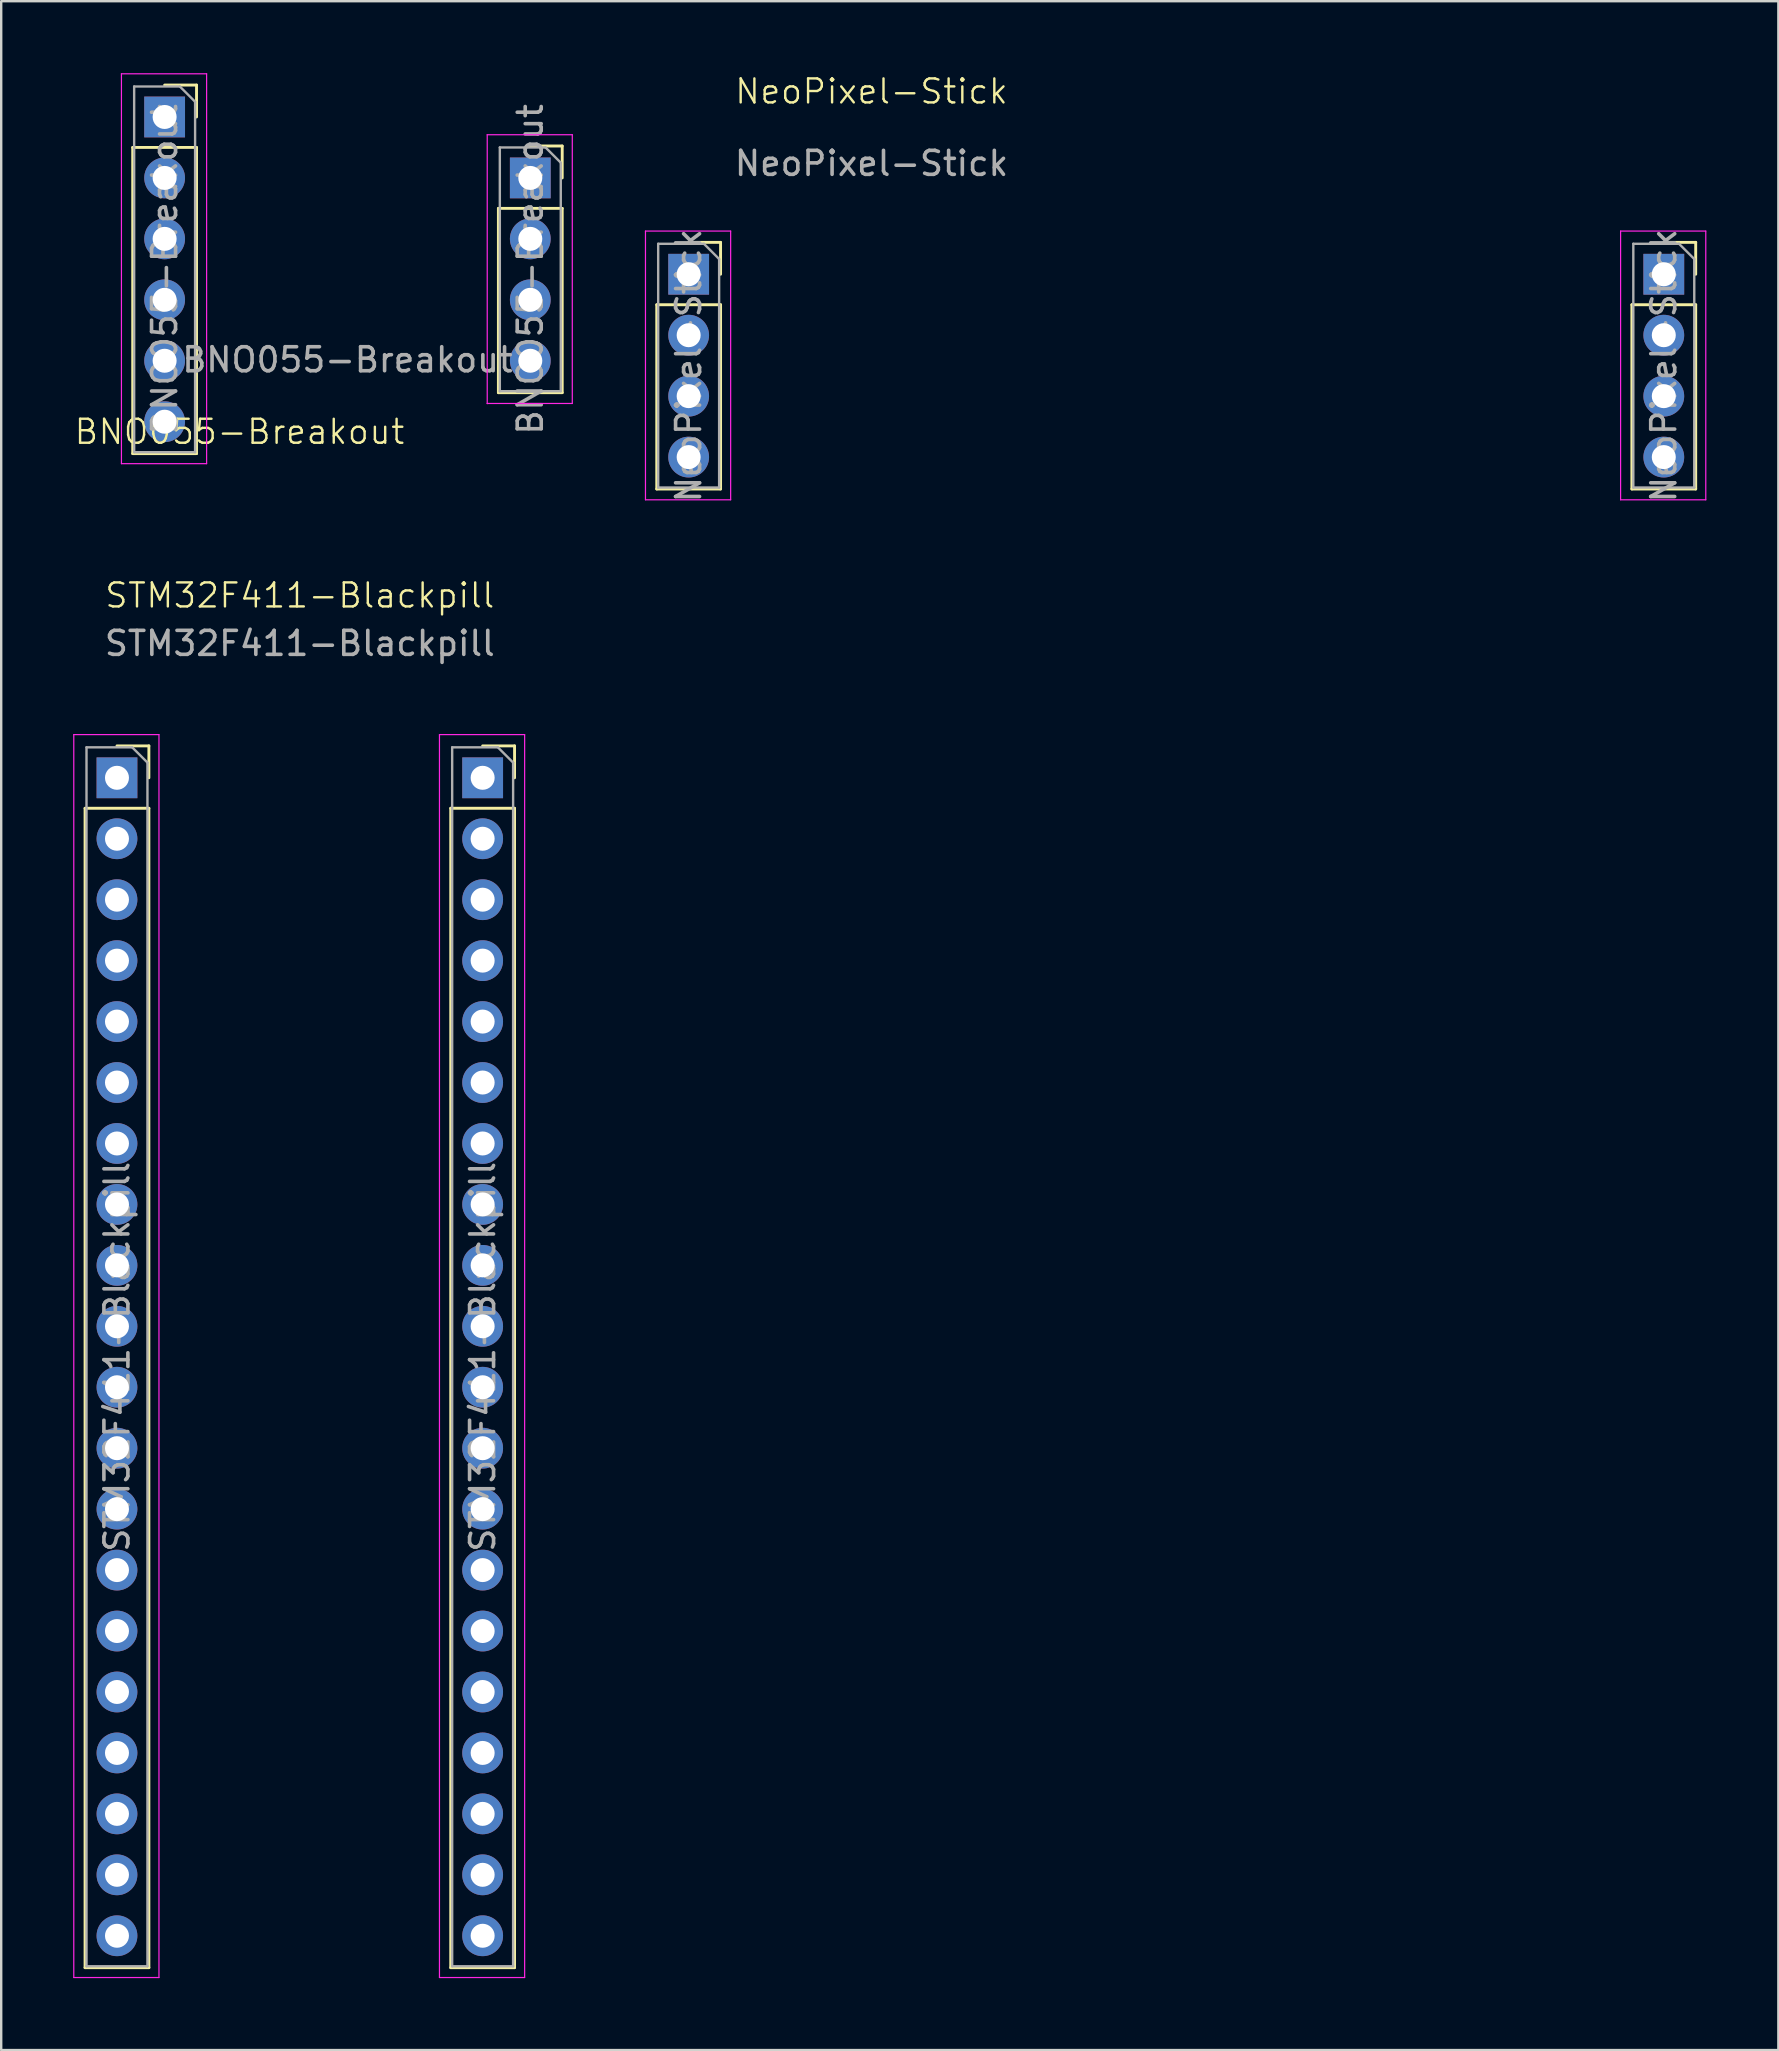
<source format=kicad_pcb>
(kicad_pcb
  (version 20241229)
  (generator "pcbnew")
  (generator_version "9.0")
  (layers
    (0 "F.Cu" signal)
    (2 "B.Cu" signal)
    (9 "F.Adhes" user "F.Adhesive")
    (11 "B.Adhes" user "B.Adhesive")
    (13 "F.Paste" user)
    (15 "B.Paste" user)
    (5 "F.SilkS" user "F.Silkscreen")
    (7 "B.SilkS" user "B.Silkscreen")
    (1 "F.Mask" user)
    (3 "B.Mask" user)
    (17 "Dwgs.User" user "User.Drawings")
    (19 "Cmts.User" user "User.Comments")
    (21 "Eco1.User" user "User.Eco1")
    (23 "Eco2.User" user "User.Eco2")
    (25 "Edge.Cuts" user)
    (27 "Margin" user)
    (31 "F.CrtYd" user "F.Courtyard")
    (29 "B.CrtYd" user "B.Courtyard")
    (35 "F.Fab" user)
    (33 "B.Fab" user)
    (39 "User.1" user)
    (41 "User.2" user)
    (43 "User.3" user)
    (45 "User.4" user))
  (footprint "STM32F411-Blackpill"
    (layer "F.Cu")
    (at 9.445 54.766)
    (property "Reference" "STM32F411-Blackpill" (at 0 -33 0) (unlocked yes) (layer "F.SilkS") (effects (font (size 1 1) (thickness 0.1))))
    (attr smd)
    (fp_line (start -8.95 -24.13) (end -8.95 24.19) (stroke (width 0.12) (type solid)) (layer "F.SilkS"))
    (fp_line (start -8.95 -24.13) (end -6.29 -24.13) (stroke (width 0.12) (type solid)) (layer "F.SilkS"))
    (fp_line (start -8.95 24.19) (end -6.29 24.19) (stroke (width 0.12) (type solid)) (layer "F.SilkS"))
    (fp_line (start -7.62 -26.73) (end -6.29 -26.73) (stroke (width 0.12) (type solid)) (layer "F.SilkS"))
    (fp_line (start -6.29 -26.73) (end -6.29 -25.4) (stroke (width 0.12) (type solid)) (layer "F.SilkS"))
    (fp_line (start -6.29 -24.13) (end -6.29 24.19) (stroke (width 0.12) (type solid)) (layer "F.SilkS"))
    (fp_line (start 6.29 -24.13) (end 6.29 24.19) (stroke (width 0.12) (type solid)) (layer "F.SilkS"))
    (fp_line (start 6.29 -24.13) (end 8.95 -24.13) (stroke (width 0.12) (type solid)) (layer "F.SilkS"))
    (fp_line (start 6.29 24.19) (end 8.95 24.19) (stroke (width 0.12) (type solid)) (layer "F.SilkS"))
    (fp_line (start 7.62 -26.73) (end 8.95 -26.73) (stroke (width 0.12) (type solid)) (layer "F.SilkS"))
    (fp_line (start 8.95 -26.73) (end 8.95 -25.4) (stroke (width 0.12) (type solid)) (layer "F.SilkS"))
    (fp_line (start 8.95 -24.13) (end 8.95 24.19) (stroke (width 0.12) (type solid)) (layer "F.SilkS"))
    (fp_line (start -9.42 -27.2) (end -5.87 -27.2) (stroke (width 0.05) (type solid)) (layer "F.CrtYd"))
    (fp_line (start -9.42 24.6) (end -9.42 -27.2) (stroke (width 0.05) (type solid)) (layer "F.CrtYd"))
    (fp_line (start -5.87 -27.2) (end -5.87 24.6) (stroke (width 0.05) (type solid)) (layer "F.CrtYd"))
    (fp_line (start -5.87 24.6) (end -9.42 24.6) (stroke (width 0.05) (type solid)) (layer "F.CrtYd"))
    (fp_line (start 5.82 -27.2) (end 9.37 -27.2) (stroke (width 0.05) (type solid)) (layer "F.CrtYd"))
    (fp_line (start 5.82 24.6) (end 5.82 -27.2) (stroke (width 0.05) (type solid)) (layer "F.CrtYd"))
    (fp_line (start 9.37 -27.2) (end 9.37 24.6) (stroke (width 0.05) (type solid)) (layer "F.CrtYd"))
    (fp_line (start 9.37 24.6) (end 5.82 24.6) (stroke (width 0.05) (type solid)) (layer "F.CrtYd"))
    (fp_line (start -8.89 -26.67) (end -6.985 -26.67) (stroke (width 0.1) (type solid)) (layer "F.Fab"))
    (fp_line (start -8.89 24.13) (end -8.89 -26.67) (stroke (width 0.1) (type solid)) (layer "F.Fab"))
    (fp_line (start -6.985 -26.67) (end -6.35 -26.035) (stroke (width 0.1) (type solid)) (layer "F.Fab"))
    (fp_line (start -6.35 -26.035) (end -6.35 24.13) (stroke (width 0.1) (type solid)) (layer "F.Fab"))
    (fp_line (start -6.35 24.13) (end -8.89 24.13) (stroke (width 0.1) (type solid)) (layer "F.Fab"))
    (fp_line (start 6.35 -26.67) (end 8.255 -26.67) (stroke (width 0.1) (type solid)) (layer "F.Fab"))
    (fp_line (start 6.35 24.13) (end 6.35 -26.67) (stroke (width 0.1) (type solid)) (layer "F.Fab"))
    (fp_line (start 8.255 -26.67) (end 8.89 -26.035) (stroke (width 0.1) (type solid)) (layer "F.Fab"))
    (fp_line (start 8.89 -26.035) (end 8.89 24.13) (stroke (width 0.1) (type solid)) (layer "F.Fab"))
    (fp_line (start 8.89 24.13) (end 6.35 24.13) (stroke (width 0.1) (type solid)) (layer "F.Fab"))
    (fp_text user "${REFERENCE}" (at -7.62 -1.27 90) (layer "F.Fab") (effects (font (size 1 1) (thickness 0.15))))
    (fp_text user "${REFERENCE}" (at 7.62 -1.27 90) (layer "F.Fab") (effects (font (size 1 1) (thickness 0.15))))
    (fp_text user "${REFERENCE}" (at 0 -31 0) (unlocked yes) (layer "F.Fab") (effects (font (size 1 1) (thickness 0.15))))
    (pad "1" thru_hole rect (at -7.62 -25.4) (size 1.7 1.7) (drill 1) (layers "*.Cu" "*.Mask"))
    (pad "2" thru_hole circle (at -7.62 -22.86) (size 1.7 1.7) (drill 1) (layers "*.Cu" "*.Mask"))
    (pad "3" thru_hole circle (at -7.62 -20.32) (size 1.7 1.7) (drill 1) (layers "*.Cu" "*.Mask"))
    (pad "4" thru_hole circle (at -7.62 -17.78) (size 1.7 1.7) (drill 1) (layers "*.Cu" "*.Mask"))
    (pad "5" thru_hole circle (at -7.62 -15.24) (size 1.7 1.7) (drill 1) (layers "*.Cu" "*.Mask"))
    (pad "6" thru_hole circle (at -7.62 -12.7) (size 1.7 1.7) (drill 1) (layers "*.Cu" "*.Mask"))
    (pad "7" thru_hole circle (at -7.62 -10.16) (size 1.7 1.7) (drill 1) (layers "*.Cu" "*.Mask"))
    (pad "8" thru_hole circle (at -7.62 -7.62) (size 1.7 1.7) (drill 1) (layers "*.Cu" "*.Mask"))
    (pad "9" thru_hole circle (at -7.62 -5.08) (size 1.7 1.7) (drill 1) (layers "*.Cu" "*.Mask"))
    (pad "10" thru_hole circle (at -7.62 -2.54) (size 1.7 1.7) (drill 1) (layers "*.Cu" "*.Mask"))
    (pad "11" thru_hole circle (at -7.62 0) (size 1.7 1.7) (drill 1) (layers "*.Cu" "*.Mask"))
    (pad "12" thru_hole circle (at -7.62 2.54) (size 1.7 1.7) (drill 1) (layers "*.Cu" "*.Mask"))
    (pad "13" thru_hole circle (at -7.62 5.08) (size 1.7 1.7) (drill 1) (layers "*.Cu" "*.Mask"))
    (pad "14" thru_hole circle (at -7.62 7.62) (size 1.7 1.7) (drill 1) (layers "*.Cu" "*.Mask"))
    (pad "15" thru_hole circle (at -7.62 10.16) (size 1.7 1.7) (drill 1) (layers "*.Cu" "*.Mask"))
    (pad "16" thru_hole circle (at -7.62 12.7) (size 1.7 1.7) (drill 1) (layers "*.Cu" "*.Mask"))
    (pad "17" thru_hole circle (at -7.62 15.24) (size 1.7 1.7) (drill 1) (layers "*.Cu" "*.Mask"))
    (pad "18" thru_hole circle (at -7.62 17.78) (size 1.7 1.7) (drill 1) (layers "*.Cu" "*.Mask"))
    (pad "19" thru_hole circle (at -7.62 20.32) (size 1.7 1.7) (drill 1) (layers "*.Cu" "*.Mask"))
    (pad "20" thru_hole circle (at -7.62 22.86) (size 1.7 1.7) (drill 1) (layers "*.Cu" "*.Mask"))
    (pad "21" thru_hole circle (at 7.62 22.86) (size 1.7 1.7) (drill 1) (layers "*.Cu" "*.Mask"))
    (pad "22" thru_hole circle (at 7.62 20.32) (size 1.7 1.7) (drill 1) (layers "*.Cu" "*.Mask"))
    (pad "23" thru_hole circle (at 7.62 17.78) (size 1.7 1.7) (drill 1) (layers "*.Cu" "*.Mask"))
    (pad "24" thru_hole circle (at 7.62 15.24) (size 1.7 1.7) (drill 1) (layers "*.Cu" "*.Mask"))
    (pad "25" thru_hole circle (at 7.62 12.7) (size 1.7 1.7) (drill 1) (layers "*.Cu" "*.Mask"))
    (pad "26" thru_hole circle (at 7.62 10.16) (size 1.7 1.7) (drill 1) (layers "*.Cu" "*.Mask"))
    (pad "27" thru_hole circle (at 7.62 7.62) (size 1.7 1.7) (drill 1) (layers "*.Cu" "*.Mask"))
    (pad "28" thru_hole circle (at 7.62 5.08) (size 1.7 1.7) (drill 1) (layers "*.Cu" "*.Mask"))
    (pad "29" thru_hole circle (at 7.62 2.54) (size 1.7 1.7) (drill 1) (layers "*.Cu" "*.Mask"))
    (pad "30" thru_hole circle (at 7.62 0) (size 1.7 1.7) (drill 1) (layers "*.Cu" "*.Mask"))
    (pad "31" thru_hole circle (at 7.62 -2.54) (size 1.7 1.7) (drill 1) (layers "*.Cu" "*.Mask"))
    (pad "32" thru_hole circle (at 7.62 -5.08) (size 1.7 1.7) (drill 1) (layers "*.Cu" "*.Mask"))
    (pad "33" thru_hole circle (at 7.62 -7.62) (size 1.7 1.7) (drill 1) (layers "*.Cu" "*.Mask"))
    (pad "34" thru_hole circle (at 7.62 -10.16) (size 1.7 1.7) (drill 1) (layers "*.Cu" "*.Mask"))
    (pad "35" thru_hole circle (at 7.62 -12.7) (size 1.7 1.7) (drill 1) (layers "*.Cu" "*.Mask"))
    (pad "36" thru_hole circle (at 7.62 -15.24) (size 1.7 1.7) (drill 1) (layers "*.Cu" "*.Mask"))
    (pad "37" thru_hole circle (at 7.62 -17.78) (size 1.7 1.7) (drill 1) (layers "*.Cu" "*.Mask"))
    (pad "38" thru_hole circle (at 7.62 -20.32) (size 1.7 1.7) (drill 1) (layers "*.Cu" "*.Mask"))
    (pad "39" thru_hole circle (at 7.62 -22.86) (size 1.7 1.7) (drill 1) (layers "*.Cu" "*.Mask"))
    (pad "40" thru_hole rect (at 7.62 -25.4) (size 1.7 1.7) (drill 1) (layers "*.Cu" "*.Mask")))
  (footprint "NeoPixel-Stick"
    (layer "F.Cu")
    (at 51.051 8.38)
    (property "Reference" "NeoPixel-Stick" (at -17.78 -7.62 0) (unlocked yes) (layer "F.SilkS") (effects (font (size 1 1) (thickness 0.1))))
    (attr smd)
    (fp_line (start -26.73 1.27) (end -26.73 8.95) (stroke (width 0.12) (type solid)) (layer "F.SilkS"))
    (fp_line (start -26.73 1.27) (end -24.07 1.27) (stroke (width 0.12) (type solid)) (layer "F.SilkS"))
    (fp_line (start -26.73 8.95) (end -24.07 8.95) (stroke (width 0.12) (type solid)) (layer "F.SilkS"))
    (fp_line (start -25.4 -1.33) (end -24.07 -1.33) (stroke (width 0.12) (type solid)) (layer "F.SilkS"))
    (fp_line (start -24.07 -1.33) (end -24.07 0) (stroke (width 0.12) (type solid)) (layer "F.SilkS"))
    (fp_line (start -24.07 1.27) (end -24.07 8.95) (stroke (width 0.12) (type solid)) (layer "F.SilkS"))
    (fp_line (start 13.91 1.27) (end 13.91 8.95) (stroke (width 0.12) (type solid)) (layer "F.SilkS"))
    (fp_line (start 13.91 1.27) (end 16.57 1.27) (stroke (width 0.12) (type solid)) (layer "F.SilkS"))
    (fp_line (start 13.91 8.95) (end 16.57 8.95) (stroke (width 0.12) (type solid)) (layer "F.SilkS"))
    (fp_line (start 15.24 -1.33) (end 16.57 -1.33) (stroke (width 0.12) (type solid)) (layer "F.SilkS"))
    (fp_line (start 16.57 -1.33) (end 16.57 0) (stroke (width 0.12) (type solid)) (layer "F.SilkS"))
    (fp_line (start 16.57 1.27) (end 16.57 8.95) (stroke (width 0.12) (type solid)) (layer "F.SilkS"))
    (fp_line (start -27.2 -1.8) (end -23.65 -1.8) (stroke (width 0.05) (type solid)) (layer "F.CrtYd"))
    (fp_line (start -27.2 9.4) (end -27.2 -1.8) (stroke (width 0.05) (type solid)) (layer "F.CrtYd"))
    (fp_line (start -23.65 -1.8) (end -23.65 9.4) (stroke (width 0.05) (type solid)) (layer "F.CrtYd"))
    (fp_line (start -23.65 9.4) (end -27.2 9.4) (stroke (width 0.05) (type solid)) (layer "F.CrtYd"))
    (fp_line (start 13.44 -1.8) (end 16.99 -1.8) (stroke (width 0.05) (type solid)) (layer "F.CrtYd"))
    (fp_line (start 13.44 9.4) (end 13.44 -1.8) (stroke (width 0.05) (type solid)) (layer "F.CrtYd"))
    (fp_line (start 16.99 -1.8) (end 16.99 9.4) (stroke (width 0.05) (type solid)) (layer "F.CrtYd"))
    (fp_line (start 16.99 9.4) (end 13.44 9.4) (stroke (width 0.05) (type solid)) (layer "F.CrtYd"))
    (fp_line (start -26.67 -1.27) (end -24.765 -1.27) (stroke (width 0.1) (type solid)) (layer "F.Fab"))
    (fp_line (start -26.67 8.89) (end -26.67 -1.27) (stroke (width 0.1) (type solid)) (layer "F.Fab"))
    (fp_line (start -24.765 -1.27) (end -24.13 -0.635) (stroke (width 0.1) (type solid)) (layer "F.Fab"))
    (fp_line (start -24.13 -0.635) (end -24.13 8.89) (stroke (width 0.1) (type solid)) (layer "F.Fab"))
    (fp_line (start -24.13 8.89) (end -26.67 8.89) (stroke (width 0.1) (type solid)) (layer "F.Fab"))
    (fp_line (start 13.97 -1.27) (end 15.875 -1.27) (stroke (width 0.1) (type solid)) (layer "F.Fab"))
    (fp_line (start 13.97 8.89) (end 13.97 -1.27) (stroke (width 0.1) (type solid)) (layer "F.Fab"))
    (fp_line (start 15.875 -1.27) (end 16.51 -0.635) (stroke (width 0.1) (type solid)) (layer "F.Fab"))
    (fp_line (start 16.51 -0.635) (end 16.51 8.89) (stroke (width 0.1) (type solid)) (layer "F.Fab"))
    (fp_line (start 16.51 8.89) (end 13.97 8.89) (stroke (width 0.1) (type solid)) (layer "F.Fab"))
    (fp_text user "${REFERENCE}" (at -25.4 3.81 90) (layer "F.Fab") (effects (font (size 1 1) (thickness 0.15))))
    (fp_text user "${REFERENCE}" (at 15.24 3.81 90) (layer "F.Fab") (effects (font (size 1 1) (thickness 0.15))))
    (fp_text user "${REFERENCE}" (at -17.78 -4.62 0) (unlocked yes) (layer "F.Fab") (effects (font (size 1 1) (thickness 0.15))))
    (pad "1" thru_hole rect (at -25.4 0) (size 1.7 1.7) (drill 1) (layers "*.Cu" "*.Mask"))
    (pad "2" thru_hole circle (at -25.4 2.54) (size 1.7 1.7) (drill 1) (layers "*.Cu" "*.Mask"))
    (pad "3" thru_hole circle (at -25.4 5.08) (size 1.7 1.7) (drill 1) (layers "*.Cu" "*.Mask"))
    (pad "4" thru_hole circle (at -25.4 7.62) (size 1.7 1.7) (drill 1) (layers "*.Cu" "*.Mask"))
    (pad "5" thru_hole circle (at 15.24 7.62) (size 1.7 1.7) (drill 1) (layers "*.Cu" "*.Mask"))
    (pad "6" thru_hole circle (at 15.24 5.08) (size 1.7 1.7) (drill 1) (layers "*.Cu" "*.Mask"))
    (pad "7" thru_hole circle (at 15.24 2.54) (size 1.7 1.7) (drill 1) (layers "*.Cu" "*.Mask"))
    (pad "8" thru_hole rect (at 15.24 0) (size 1.7 1.7) (drill 1) (layers "*.Cu" "*.Mask")))
  (footprint "BNO055-Breakout"
    (layer "F.Cu")
    (at 11.431 9.445)
    (property "Reference" "BNO055-Breakout" (at -4.5 5.5 0) (unlocked yes) (layer "F.SilkS") (effects (font (size 1 1) (thickness 0.1))))
    (attr smd)
    (fp_line (start -8.95 -6.35) (end -8.95 6.41) (stroke (width 0.12) (type solid)) (layer "F.SilkS"))
    (fp_line (start -8.95 -6.35) (end -6.29 -6.35) (stroke (width 0.12) (type solid)) (layer "F.SilkS"))
    (fp_line (start -8.95 6.41) (end -6.29 6.41) (stroke (width 0.12) (type solid)) (layer "F.SilkS"))
    (fp_line (start -7.62 -8.95) (end -6.29 -8.95) (stroke (width 0.12) (type solid)) (layer "F.SilkS"))
    (fp_line (start -6.29 -8.95) (end -6.29 -7.62) (stroke (width 0.12) (type solid)) (layer "F.SilkS"))
    (fp_line (start -6.29 -6.35) (end -6.29 6.41) (stroke (width 0.12) (type solid)) (layer "F.SilkS"))
    (fp_line (start 6.29 -3.81) (end 6.29 3.87) (stroke (width 0.12) (type solid)) (layer "F.SilkS"))
    (fp_line (start 6.29 -3.81) (end 8.95 -3.81) (stroke (width 0.12) (type solid)) (layer "F.SilkS"))
    (fp_line (start 6.29 3.87) (end 8.95 3.87) (stroke (width 0.12) (type solid)) (layer "F.SilkS"))
    (fp_line (start 7.62 -6.41) (end 8.95 -6.41) (stroke (width 0.12) (type solid)) (layer "F.SilkS"))
    (fp_line (start 8.95 -6.41) (end 8.95 -5.08) (stroke (width 0.12) (type solid)) (layer "F.SilkS"))
    (fp_line (start 8.95 -3.81) (end 8.95 3.87) (stroke (width 0.12) (type solid)) (layer "F.SilkS"))
    (fp_line (start -9.42 -9.42) (end -5.87 -9.42) (stroke (width 0.05) (type solid)) (layer "F.CrtYd"))
    (fp_line (start -9.42 6.83) (end -9.42 -9.42) (stroke (width 0.05) (type solid)) (layer "F.CrtYd"))
    (fp_line (start -5.87 -9.42) (end -5.87 6.83) (stroke (width 0.05) (type solid)) (layer "F.CrtYd"))
    (fp_line (start -5.87 6.83) (end -9.42 6.83) (stroke (width 0.05) (type solid)) (layer "F.CrtYd"))
    (fp_line (start 5.82 -6.88) (end 9.37 -6.88) (stroke (width 0.05) (type solid)) (layer "F.CrtYd"))
    (fp_line (start 5.825 4.328) (end 5.825 -6.872) (stroke (width 0.05) (type solid)) (layer "F.CrtYd"))
    (fp_line (start 9.37 -6.88) (end 9.37 4.32) (stroke (width 0.05) (type solid)) (layer "F.CrtYd"))
    (fp_line (start 9.37 4.32) (end 5.82 4.32) (stroke (width 0.05) (type solid)) (layer "F.CrtYd"))
    (fp_line (start -8.89 -8.89) (end -6.985 -8.89) (stroke (width 0.1) (type solid)) (layer "F.Fab"))
    (fp_line (start -8.89 6.35) (end -8.89 -8.89) (stroke (width 0.1) (type solid)) (layer "F.Fab"))
    (fp_line (start -6.985 -8.89) (end -6.35 -8.255) (stroke (width 0.1) (type solid)) (layer "F.Fab"))
    (fp_line (start -6.35 -8.255) (end -6.35 6.35) (stroke (width 0.1) (type solid)) (layer "F.Fab"))
    (fp_line (start -6.35 6.35) (end -8.89 6.35) (stroke (width 0.1) (type solid)) (layer "F.Fab"))
    (fp_line (start 6.35 -6.35) (end 8.255 -6.35) (stroke (width 0.1) (type solid)) (layer "F.Fab"))
    (fp_line (start 6.35 3.81) (end 6.35 -6.35) (stroke (width 0.1) (type solid)) (layer "F.Fab"))
    (fp_line (start 8.255 -6.35) (end 8.89 -5.715) (stroke (width 0.1) (type solid)) (layer "F.Fab"))
    (fp_line (start 8.89 -5.715) (end 8.89 3.81) (stroke (width 0.1) (type solid)) (layer "F.Fab"))
    (fp_line (start 8.89 3.81) (end 6.35 3.81) (stroke (width 0.1) (type solid)) (layer "F.Fab"))
    (fp_text user "${REFERENCE}" (at -7.62 -1.27 90) (layer "F.Fab") (effects (font (size 1 1) (thickness 0.15))))
    (fp_text user "${REFERENCE}" (at 7.62 -1.27 90) (layer "F.Fab") (effects (font (size 1 1) (thickness 0.15))))
    (fp_text user "${REFERENCE}" (at 0 2.5 0) (unlocked yes) (layer "F.Fab") (effects (font (size 1 1) (thickness 0.15))))
    (pad "1" thru_hole rect (at -7.62 -7.62) (size 1.7 1.7) (drill 1) (layers "*.Cu" "*.Mask"))
    (pad "2" thru_hole circle (at -7.62 -5.08) (size 1.7 1.7) (drill 1) (layers "*.Cu" "*.Mask"))
    (pad "3" thru_hole circle (at -7.62 -2.54) (size 1.7 1.7) (drill 1) (layers "*.Cu" "*.Mask"))
    (pad "4" thru_hole circle (at -7.62 0) (size 1.7 1.7) (drill 1) (layers "*.Cu" "*.Mask"))
    (pad "5" thru_hole circle (at -7.62 2.54) (size 1.7 1.7) (drill 1) (layers "*.Cu" "*.Mask"))
    (pad "6" thru_hole circle (at -7.62 5.08) (size 1.7 1.7) (drill 1) (layers "*.Cu" "*.Mask"))
    (pad "7" thru_hole circle (at 7.62 2.54) (size 1.7 1.7) (drill 1) (layers "*.Cu" "*.Mask"))
    (pad "8" thru_hole circle (at 7.62 0) (size 1.7 1.7) (drill 1) (layers "*.Cu" "*.Mask"))
    (pad "9" thru_hole circle (at 7.62 -2.54) (size 1.7 1.7) (drill 1) (layers "*.Cu" "*.Mask"))
    (pad "10" thru_hole rect (at 7.62 -5.08) (size 1.7 1.7) (drill 1) (layers "*.Cu" "*.Mask")))
  (gr_rect
    (start -3 -3)
    (end 71.066 82.391)
    (stroke (width 0.1) (type default))
    (fill no)
    (layer "Edge.Cuts")))
</source>
